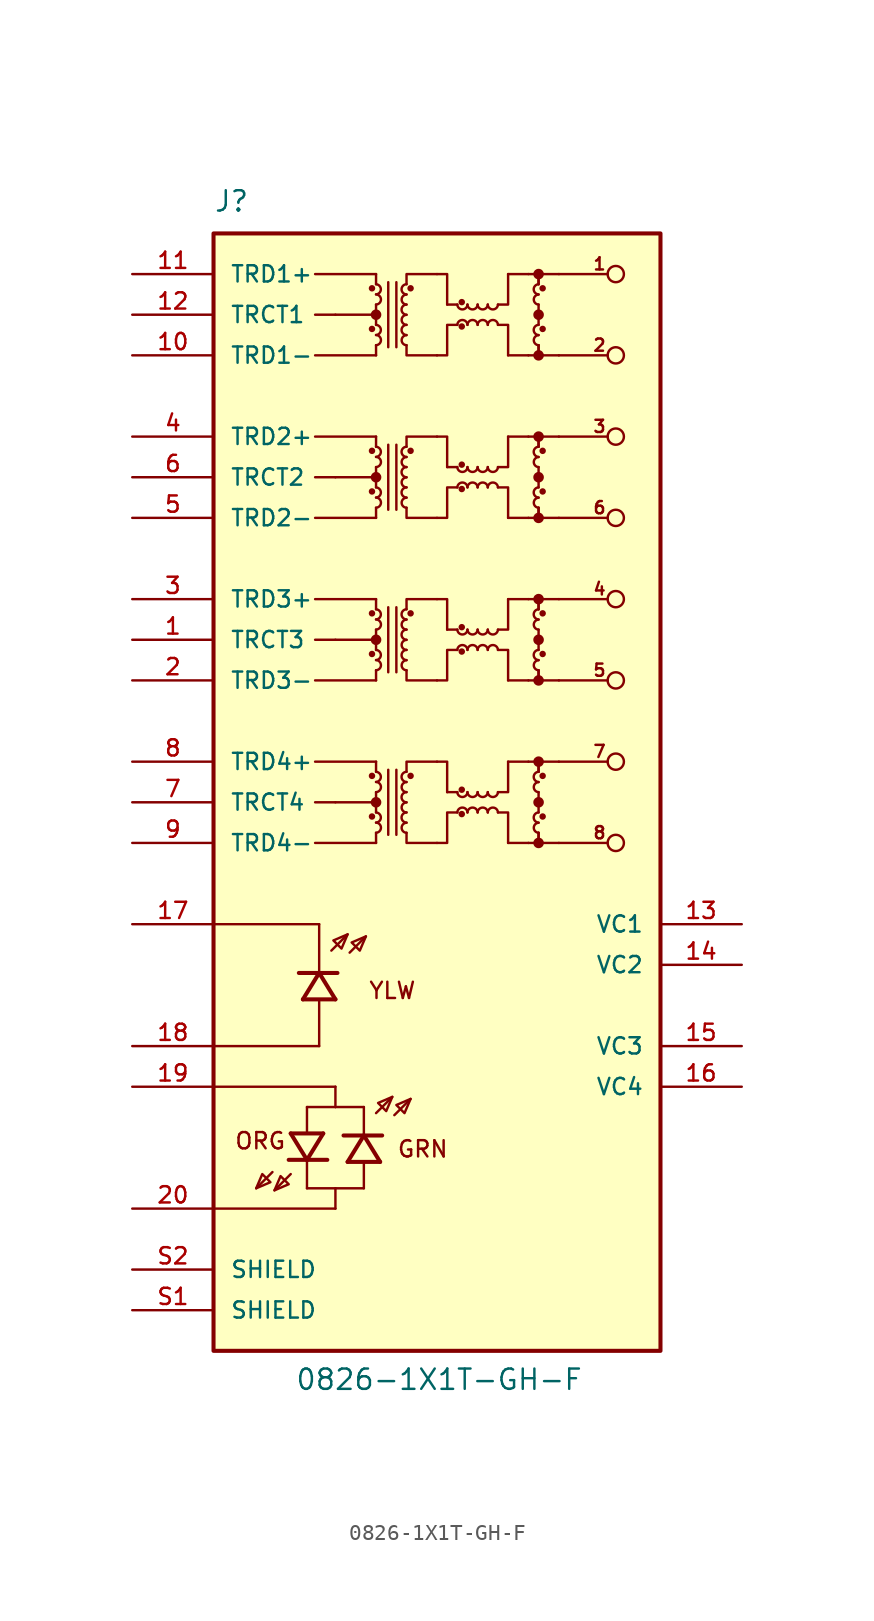
<source format=kicad_sym>
(kicad_symbol_lib
  (version 20211014)
  (generator kicad_symbol_editor)
  (symbol "0826-1X1T-GH-F"
    (pin_names
      (offset 1.016))
    (property "Reference" "J"
      (at -12.7 34.29 0)
      (effects (font (size 1.27 1.27)) (justify left bottom)))
    (property "Value" "0826-1X1T-GH-F"
      (at -7.62 -39.37 0)
      (effects (font (size 1.27 1.27)) (justify left bottom)))
    (property "ki_locked" ""
      (at 0 0 0)
      (effects (font (size 1.27 1.27))))
    (symbol "0826-1X1T-GH-F_0_0"
      (rectangle (start -12.7 33.02) (end 15.24 -36.83) (stroke (width 0.254) (type default) (color 0 0 0 0)) (fill (type background)))
      (polyline (pts (xy -9.017 -25.654) (xy -10.033 -26.67)) (stroke (width 0.152) (type default) (color 0 0 0 0)) (fill (type none)))
      (polyline (pts (xy -8.001 -24.892) (xy -6.858 -24.892)) (stroke (width 0.254) (type default) (color 0 0 0 0)) (fill (type none)))
      (polyline (pts (xy -7.874 -25.781) (xy -8.89 -26.797)) (stroke (width 0.152) (type default) (color 0 0 0 0)) (fill (type none)))
      (polyline (pts (xy -7.874 -23.241) (xy -6.858 -24.892)) (stroke (width 0.254) (type default) (color 0 0 0 0)) (fill (type none)))
      (polyline (pts (xy -7.874 -23.241) (xy -5.842 -23.241)) (stroke (width 0.254) (type default) (color 0 0 0 0)) (fill (type none)))
      (polyline (pts (xy -6.858 -26.67) (xy -5.08 -26.67)) (stroke (width 0.152) (type default) (color 0 0 0 0)) (fill (type none)))
      (polyline (pts (xy -6.858 -25.019) (xy -6.858 -26.67)) (stroke (width 0.152) (type default) (color 0 0 0 0)) (fill (type none)))
      (polyline (pts (xy -6.858 -24.892) (xy -5.842 -23.241)) (stroke (width 0.254) (type default) (color 0 0 0 0)) (fill (type none)))
      (polyline (pts (xy -6.858 -24.892) (xy -5.588 -24.892)) (stroke (width 0.254) (type default) (color 0 0 0 0)) (fill (type none)))
      (polyline (pts (xy -6.858 -21.59) (xy -6.858 -23.114)) (stroke (width 0.152) (type default) (color 0 0 0 0)) (fill (type none)))
      (polyline (pts (xy -6.858 -21.59) (xy -5.08 -21.59)) (stroke (width 0.152) (type default) (color 0 0 0 0)) (fill (type none)))
      (polyline (pts (xy -6.096 -17.78) (xy -12.7 -17.78)) (stroke (width 0.152) (type default) (color 0 0 0 0)) (fill (type none)))
      (polyline (pts (xy -6.096 -17.78) (xy -6.096 -14.986)) (stroke (width 0.152) (type default) (color 0 0 0 0)) (fill (type none)))
      (polyline (pts (xy -6.096 -13.208) (xy -7.366 -13.208)) (stroke (width 0.254) (type default) (color 0 0 0 0)) (fill (type none)))
      (polyline (pts (xy -6.096 -13.208) (xy -7.112 -14.859)) (stroke (width 0.254) (type default) (color 0 0 0 0)) (fill (type none)))
      (polyline (pts (xy -6.096 -13.081) (xy -6.096 -10.16)) (stroke (width 0.152) (type default) (color 0 0 0 0)) (fill (type none)))
      (polyline (pts (xy -6.096 -10.16) (xy -12.7 -10.16)) (stroke (width 0.152) (type default) (color 0 0 0 0)) (fill (type none)))
      (polyline (pts (xy -5.334 -11.811) (xy -4.318 -10.795)) (stroke (width 0.152) (type default) (color 0 0 0 0)) (fill (type none)))
      (polyline (pts (xy -5.08 -27.94) (xy -12.7 -27.94)) (stroke (width 0.152) (type default) (color 0 0 0 0)) (fill (type none)))
      (polyline (pts (xy -5.08 -26.67) (xy -5.08 -27.94)) (stroke (width 0.152) (type default) (color 0 0 0 0)) (fill (type none)))
      (polyline (pts (xy -5.08 -26.67) (xy -3.302 -26.67)) (stroke (width 0.152) (type default) (color 0 0 0 0)) (fill (type none)))
      (polyline (pts (xy -5.08 -21.59) (xy -5.08 -20.32)) (stroke (width 0.152) (type default) (color 0 0 0 0)) (fill (type none)))
      (polyline (pts (xy -5.08 -21.59) (xy -3.302 -21.59)) (stroke (width 0.152) (type default) (color 0 0 0 0)) (fill (type none)))
      (polyline (pts (xy -5.08 -20.32) (xy -12.7 -20.32)) (stroke (width 0.152) (type default) (color 0 0 0 0)) (fill (type none)))
      (polyline (pts (xy -5.08 -14.859) (xy -7.112 -14.859)) (stroke (width 0.254) (type default) (color 0 0 0 0)) (fill (type none)))
      (polyline (pts (xy -5.08 -14.859) (xy -6.096 -13.208)) (stroke (width 0.254) (type default) (color 0 0 0 0)) (fill (type none)))
      (polyline (pts (xy -4.953 -13.208) (xy -6.096 -13.208)) (stroke (width 0.254) (type default) (color 0 0 0 0)) (fill (type none)))
      (polyline (pts (xy -4.191 -11.938) (xy -3.175 -10.922)) (stroke (width 0.152) (type default) (color 0 0 0 0)) (fill (type none)))
      (polyline (pts (xy -3.302 -26.67) (xy -3.302 -25.146)) (stroke (width 0.152) (type default) (color 0 0 0 0)) (fill (type none)))
      (polyline (pts (xy -3.302 -23.368) (xy -4.572 -23.368)) (stroke (width 0.254) (type default) (color 0 0 0 0)) (fill (type none)))
      (polyline (pts (xy -3.302 -23.368) (xy -4.318 -25.019)) (stroke (width 0.254) (type default) (color 0 0 0 0)) (fill (type none)))
      (polyline (pts (xy -3.302 -23.241) (xy -3.302 -21.59)) (stroke (width 0.152) (type default) (color 0 0 0 0)) (fill (type none)))
      (polyline (pts (xy -2.54 -21.971) (xy -1.524 -20.955)) (stroke (width 0.152) (type default) (color 0 0 0 0)) (fill (type none)))
      (polyline (pts (xy -2.286 -25.019) (xy -4.318 -25.019)) (stroke (width 0.254) (type default) (color 0 0 0 0)) (fill (type none)))
      (polyline (pts (xy -2.286 -25.019) (xy -3.302 -23.368)) (stroke (width 0.254) (type default) (color 0 0 0 0)) (fill (type none)))
      (polyline (pts (xy -2.159 -23.368) (xy -3.302 -23.368)) (stroke (width 0.254) (type default) (color 0 0 0 0)) (fill (type none)))
      (polyline (pts (xy -1.397 -22.098) (xy -0.381 -21.082)) (stroke (width 0.152) (type default) (color 0 0 0 0)) (fill (type none)))
      (polyline (pts (xy -10.033 -26.67) (xy -9.144 -26.289) (xy -9.652 -25.781) (xy -10.033 -26.67)) (stroke (width 0.152) (type default) (color 0 0 0 0)) (fill (type background)))
      (polyline (pts (xy -8.89 -26.797) (xy -8.001 -26.416) (xy -8.509 -25.908) (xy -8.89 -26.797)) (stroke (width 0.152) (type default) (color 0 0 0 0)) (fill (type background)))
      (polyline (pts (xy -4.318 -10.795) (xy -5.207 -11.176) (xy -4.699 -11.684) (xy -4.318 -10.795)) (stroke (width 0.152) (type default) (color 0 0 0 0)) (fill (type background)))
      (polyline (pts (xy -3.175 -10.922) (xy -4.064 -11.303) (xy -3.556 -11.811) (xy -3.175 -10.922)) (stroke (width 0.152) (type default) (color 0 0 0 0)) (fill (type background)))
      (polyline (pts (xy -1.524 -20.955) (xy -2.413 -21.336) (xy -1.905 -21.844) (xy -1.524 -20.955)) (stroke (width 0.152) (type default) (color 0 0 0 0)) (fill (type background)))
      (polyline (pts (xy -0.381 -21.082) (xy -1.27 -21.463) (xy -0.762 -21.971) (xy -0.381 -21.082)) (stroke (width 0.152) (type default) (color 0 0 0 0)) (fill (type background)))
      (text "1" (at 11.43 31.115 0) (effects (font (size 0.762 0.762))))
      (text "2" (at 11.43 26.035 0) (effects (font (size 0.762 0.762))))
      (text "3" (at 11.43 20.955 0) (effects (font (size 0.762 0.762))))
      (text "4" (at 11.43 10.795 0) (effects (font (size 0.762 0.762))))
      (text "5" (at 11.43 5.715 0) (effects (font (size 0.762 0.762))))
      (text "6" (at 11.43 15.875 0) (effects (font (size 0.762 0.762))))
      (text "7" (at 11.43 0.635 0) (effects (font (size 0.762 0.762))))
      (text "8" (at 11.43 -4.445 0) (effects (font (size 0.762 0.762))))
      (text "GRN" (at -1.27 -23.622 0) (effects (font (size 1.016 1.016)) (justify left top)))
      (text "ORG" (at -11.43 -23.114 0) (effects (font (size 1.016 1.016)) (justify left top)))
      (text "YLW" (at -3.048 -13.716 0) (effects (font (size 1.016 1.016)) (justify left top)))
      (pin passive line (at -17.78 7.62 0) (length 5.08) (name "TRCT3" (effects (font (size 1.016 1.016)))) (number "1" (effects (font (size 1.016 1.016)))))
      (pin passive line (at -17.78 25.4 0) (length 5.08) (name "TRD1-" (effects (font (size 1.016 1.016)))) (number "10" (effects (font (size 1.016 1.016)))))
      (pin passive line (at -17.78 30.48 0) (length 5.08) (name "TRD1+" (effects (font (size 1.016 1.016)))) (number "11" (effects (font (size 1.016 1.016)))))
      (pin passive line (at -17.78 27.94 0) (length 5.08) (name "TRCT1" (effects (font (size 1.016 1.016)))) (number "12" (effects (font (size 1.016 1.016)))))
      (pin passive line (at 20.32 -10.16 180) (length 5.08) (name "VC1" (effects (font (size 1.016 1.016)))) (number "13" (effects (font (size 1.016 1.016)))))
      (pin passive line (at 20.32 -12.7 180) (length 5.08) (name "VC2" (effects (font (size 1.016 1.016)))) (number "14" (effects (font (size 1.016 1.016)))))
      (pin passive line (at 20.32 -17.78 180) (length 5.08) (name "VC3" (effects (font (size 1.016 1.016)))) (number "15" (effects (font (size 1.016 1.016)))))
      (pin passive line (at 20.32 -20.32 180) (length 5.08) (name "VC4" (effects (font (size 1.016 1.016)))) (number "16" (effects (font (size 1.016 1.016)))))
      (pin passive line (at -17.78 -10.16 0) (length 5.08) (name "~" (effects (font (size 1.016 1.016)))) (number "17" (effects (font (size 1.016 1.016)))))
      (pin passive line (at -17.78 -17.78 0) (length 5.08) (name "~" (effects (font (size 1.016 1.016)))) (number "18" (effects (font (size 1.016 1.016)))))
      (pin passive line (at -17.78 -20.32 0) (length 5.08) (name "~" (effects (font (size 1.016 1.016)))) (number "19" (effects (font (size 1.016 1.016)))))
      (pin passive line (at -17.78 5.08 0) (length 5.08) (name "TRD3-" (effects (font (size 1.016 1.016)))) (number "2" (effects (font (size 1.016 1.016)))))
      (pin passive line (at -17.78 -27.94 0) (length 5.08) (name "~" (effects (font (size 1.016 1.016)))) (number "20" (effects (font (size 1.016 1.016)))))
      (pin passive line (at -17.78 10.16 0) (length 5.08) (name "TRD3+" (effects (font (size 1.016 1.016)))) (number "3" (effects (font (size 1.016 1.016)))))
      (pin passive line (at -17.78 20.32 0) (length 5.08) (name "TRD2+" (effects (font (size 1.016 1.016)))) (number "4" (effects (font (size 1.016 1.016)))))
      (pin passive line (at -17.78 15.24 0) (length 5.08) (name "TRD2-" (effects (font (size 1.016 1.016)))) (number "5" (effects (font (size 1.016 1.016)))))
      (pin passive line (at -17.78 17.78 0) (length 5.08) (name "TRCT2" (effects (font (size 1.016 1.016)))) (number "6" (effects (font (size 1.016 1.016)))))
      (pin passive line (at -17.78 -2.54 0) (length 5.08) (name "TRCT4" (effects (font (size 1.016 1.016)))) (number "7" (effects (font (size 1.016 1.016)))))
      (pin passive line (at -17.78 0 0) (length 5.08) (name "TRD4+" (effects (font (size 1.016 1.016)))) (number "8" (effects (font (size 1.016 1.016)))))
      (pin passive line (at -17.78 -5.08 0) (length 5.08) (name "TRD4-" (effects (font (size 1.016 1.016)))) (number "9" (effects (font (size 1.016 1.016)))))
      (pin passive line (at -17.78 -34.29 0) (length 5.08) (name "SHIELD" (effects (font (size 1.016 1.016)))) (number "S1" (effects (font (size 1.016 1.016)))))
      (pin passive line (at -17.78 -31.75 0) (length 5.08) (name "SHIELD" (effects (font (size 1.016 1.016)))) (number "S2" (effects (font (size 1.016 1.016))))))
    (symbol "0826-1X1T-GH-F_0_1"
      (circle (center -2.794 -3.429) (radius 0.127) (stroke (width 0) (type default) (color 0 0 0 0)) (fill (type outline)))
      (circle (center -2.794 -0.889) (radius 0.127) (stroke (width 0) (type default) (color 0 0 0 0)) (fill (type outline)))
      (circle (center -2.794 6.731) (radius 0.127) (stroke (width 0) (type default) (color 0 0 0 0)) (fill (type outline)))
      (circle (center -2.794 9.271) (radius 0.127) (stroke (width 0) (type default) (color 0 0 0 0)) (fill (type outline)))
      (circle (center -2.794 16.891) (radius 0.127) (stroke (width 0) (type default) (color 0 0 0 0)) (fill (type outline)))
      (circle (center -2.794 19.431) (radius 0.127) (stroke (width 0) (type default) (color 0 0 0 0)) (fill (type outline)))
      (circle (center -2.794 27.051) (radius 0.127) (stroke (width 0) (type default) (color 0 0 0 0)) (fill (type outline)))
      (circle (center -2.794 29.591) (radius 0.127) (stroke (width 0) (type default) (color 0 0 0 0)) (fill (type outline)))
      (arc (start -2.54 -4.445) (mid -2.2349 -4.1275) (end -2.54 -3.81) (stroke (width 0) (type default) (color 0 0 0 0)) (fill (type none)))
      (arc (start -2.54 -3.81) (mid -2.2349 -3.4925) (end -2.54 -3.175) (stroke (width 0) (type default) (color 0 0 0 0)) (fill (type none)))
      (circle (center -2.54 -2.54) (radius 0.254) (stroke (width 0) (type default) (color 0 0 0 0)) (fill (type outline)))
      (arc (start -2.54 -1.905) (mid -2.2349 -1.5875) (end -2.54 -1.27) (stroke (width 0) (type default) (color 0 0 0 0)) (fill (type none)))
      (arc (start -2.54 -1.27) (mid -2.2349 -0.9525) (end -2.54 -0.635) (stroke (width 0) (type default) (color 0 0 0 0)) (fill (type none)))
      (arc (start -2.54 5.715) (mid -2.2349 6.0325) (end -2.54 6.35) (stroke (width 0) (type default) (color 0 0 0 0)) (fill (type none)))
      (arc (start -2.54 6.35) (mid -2.2349 6.6675) (end -2.54 6.985) (stroke (width 0) (type default) (color 0 0 0 0)) (fill (type none)))
      (circle (center -2.54 7.62) (radius 0.254) (stroke (width 0) (type default) (color 0 0 0 0)) (fill (type outline)))
      (arc (start -2.54 8.255) (mid -2.2349 8.5725) (end -2.54 8.89) (stroke (width 0) (type default) (color 0 0 0 0)) (fill (type none)))
      (arc (start -2.54 8.89) (mid -2.2349 9.2075) (end -2.54 9.525) (stroke (width 0) (type default) (color 0 0 0 0)) (fill (type none)))
      (arc (start -2.54 15.875) (mid -2.2349 16.1925) (end -2.54 16.51) (stroke (width 0) (type default) (color 0 0 0 0)) (fill (type none)))
      (arc (start -2.54 16.51) (mid -2.2349 16.8275) (end -2.54 17.145) (stroke (width 0) (type default) (color 0 0 0 0)) (fill (type none)))
      (circle (center -2.54 17.78) (radius 0.254) (stroke (width 0) (type default) (color 0 0 0 0)) (fill (type outline)))
      (arc (start -2.54 18.415) (mid -2.2349 18.7325) (end -2.54 19.05) (stroke (width 0) (type default) (color 0 0 0 0)) (fill (type none)))
      (arc (start -2.54 19.05) (mid -2.2349 19.3675) (end -2.54 19.685) (stroke (width 0) (type default) (color 0 0 0 0)) (fill (type none)))
      (arc (start -2.54 26.035) (mid -2.2349 26.3525) (end -2.54 26.67) (stroke (width 0) (type default) (color 0 0 0 0)) (fill (type none)))
      (arc (start -2.54 26.67) (mid -2.2349 26.9875) (end -2.54 27.305) (stroke (width 0) (type default) (color 0 0 0 0)) (fill (type none)))
      (circle (center -2.54 27.94) (radius 0.254) (stroke (width 0) (type default) (color 0 0 0 0)) (fill (type outline)))
      (arc (start -2.54 28.575) (mid -2.2349 28.8925) (end -2.54 29.21) (stroke (width 0) (type default) (color 0 0 0 0)) (fill (type none)))
      (arc (start -2.54 29.21) (mid -2.2349 29.5275) (end -2.54 29.845) (stroke (width 0) (type default) (color 0 0 0 0)) (fill (type none)))
      (arc (start -0.635 -3.81) (mid -0.9401 -4.1275) (end -0.635 -4.445) (stroke (width 0) (type default) (color 0 0 0 0)) (fill (type none)))
      (arc (start -0.635 -3.175) (mid -0.9401 -3.4925) (end -0.635 -3.81) (stroke (width 0) (type default) (color 0 0 0 0)) (fill (type none)))
      (arc (start -0.635 -2.54) (mid -0.9401 -2.8575) (end -0.635 -3.175) (stroke (width 0) (type default) (color 0 0 0 0)) (fill (type none)))
      (arc (start -0.635 -1.905) (mid -0.9401 -2.2225) (end -0.635 -2.54) (stroke (width 0) (type default) (color 0 0 0 0)) (fill (type none)))
      (arc (start -0.635 -1.27) (mid -0.9401 -1.5875) (end -0.635 -1.905) (stroke (width 0) (type default) (color 0 0 0 0)) (fill (type none)))
      (arc (start -0.635 -0.635) (mid -0.9401 -0.9525) (end -0.635 -1.27) (stroke (width 0) (type default) (color 0 0 0 0)) (fill (type none)))
      (arc (start -0.635 6.35) (mid -0.9401 6.0325) (end -0.635 5.715) (stroke (width 0) (type default) (color 0 0 0 0)) (fill (type none)))
      (arc (start -0.635 6.985) (mid -0.9401 6.6675) (end -0.635 6.35) (stroke (width 0) (type default) (color 0 0 0 0)) (fill (type none)))
      (arc (start -0.635 7.62) (mid -0.9401 7.3025) (end -0.635 6.985) (stroke (width 0) (type default) (color 0 0 0 0)) (fill (type none)))
      (arc (start -0.635 8.255) (mid -0.9401 7.9375) (end -0.635 7.62) (stroke (width 0) (type default) (color 0 0 0 0)) (fill (type none)))
      (arc (start -0.635 8.89) (mid -0.9401 8.5725) (end -0.635 8.255) (stroke (width 0) (type default) (color 0 0 0 0)) (fill (type none)))
      (arc (start -0.635 9.525) (mid -0.9401 9.2075) (end -0.635 8.89) (stroke (width 0) (type default) (color 0 0 0 0)) (fill (type none)))
      (arc (start -0.635 16.51) (mid -0.9401 16.1925) (end -0.635 15.875) (stroke (width 0) (type default) (color 0 0 0 0)) (fill (type none)))
      (arc (start -0.635 17.145) (mid -0.9401 16.8275) (end -0.635 16.51) (stroke (width 0) (type default) (color 0 0 0 0)) (fill (type none)))
      (arc (start -0.635 17.78) (mid -0.9401 17.4625) (end -0.635 17.145) (stroke (width 0) (type default) (color 0 0 0 0)) (fill (type none)))
      (arc (start -0.635 18.415) (mid -0.9401 18.0975) (end -0.635 17.78) (stroke (width 0) (type default) (color 0 0 0 0)) (fill (type none)))
      (arc (start -0.635 19.05) (mid -0.9401 18.7325) (end -0.635 18.415) (stroke (width 0) (type default) (color 0 0 0 0)) (fill (type none)))
      (arc (start -0.635 19.685) (mid -0.9401 19.3675) (end -0.635 19.05) (stroke (width 0) (type default) (color 0 0 0 0)) (fill (type none)))
      (arc (start -0.635 26.67) (mid -0.9401 26.3525) (end -0.635 26.035) (stroke (width 0) (type default) (color 0 0 0 0)) (fill (type none)))
      (arc (start -0.635 27.305) (mid -0.9401 26.9875) (end -0.635 26.67) (stroke (width 0) (type default) (color 0 0 0 0)) (fill (type none)))
      (arc (start -0.635 27.94) (mid -0.9401 27.6225) (end -0.635 27.305) (stroke (width 0) (type default) (color 0 0 0 0)) (fill (type none)))
      (arc (start -0.635 28.575) (mid -0.9401 28.2575) (end -0.635 27.94) (stroke (width 0) (type default) (color 0 0 0 0)) (fill (type none)))
      (arc (start -0.635 29.21) (mid -0.9401 28.8925) (end -0.635 28.575) (stroke (width 0) (type default) (color 0 0 0 0)) (fill (type none)))
      (arc (start -0.635 29.845) (mid -0.9401 29.5275) (end -0.635 29.21) (stroke (width 0) (type default) (color 0 0 0 0)) (fill (type none)))
      (circle (center -0.381 -0.889) (radius 0.127) (stroke (width 0) (type default) (color 0 0 0 0)) (fill (type outline)))
      (circle (center -0.381 9.271) (radius 0.127) (stroke (width 0) (type default) (color 0 0 0 0)) (fill (type outline)))
      (circle (center -0.381 19.431) (radius 0.127) (stroke (width 0) (type default) (color 0 0 0 0)) (fill (type outline)))
      (circle (center -0.381 29.591) (radius 0.127) (stroke (width 0) (type default) (color 0 0 0 0)) (fill (type outline)))
      (polyline (pts (xy -6.35 -5.08) (xy -2.54 -5.08)) (stroke (width 0) (type default) (color 0 0 0 0)) (fill (type none)))
      (polyline (pts (xy -6.35 -2.54) (xy -5.08 -2.54)) (stroke (width 0) (type default) (color 0 0 0 0)) (fill (type none)))
      (polyline (pts (xy -6.35 0) (xy -2.54 0)) (stroke (width 0) (type default) (color 0 0 0 0)) (fill (type none)))
      (polyline (pts (xy -6.35 5.08) (xy -2.54 5.08)) (stroke (width 0) (type default) (color 0 0 0 0)) (fill (type none)))
      (polyline (pts (xy -6.35 7.62) (xy -5.08 7.62)) (stroke (width 0) (type default) (color 0 0 0 0)) (fill (type none)))
      (polyline (pts (xy -6.35 10.16) (xy -2.54 10.16)) (stroke (width 0) (type default) (color 0 0 0 0)) (fill (type none)))
      (polyline (pts (xy -6.35 15.24) (xy -2.54 15.24)) (stroke (width 0) (type default) (color 0 0 0 0)) (fill (type none)))
      (polyline (pts (xy -6.35 17.78) (xy -5.08 17.78)) (stroke (width 0) (type default) (color 0 0 0 0)) (fill (type none)))
      (polyline (pts (xy -6.35 20.32) (xy -2.54 20.32)) (stroke (width 0) (type default) (color 0 0 0 0)) (fill (type none)))
      (polyline (pts (xy -6.35 25.4) (xy -2.54 25.4)) (stroke (width 0) (type default) (color 0 0 0 0)) (fill (type none)))
      (polyline (pts (xy -6.35 27.94) (xy -5.08 27.94)) (stroke (width 0) (type default) (color 0 0 0 0)) (fill (type none)))
      (polyline (pts (xy -6.35 30.48) (xy -2.54 30.48)) (stroke (width 0) (type default) (color 0 0 0 0)) (fill (type none)))
      (polyline (pts (xy -5.08 -2.54) (xy -2.54 -2.54)) (stroke (width 0) (type default) (color 0 0 0 0)) (fill (type none)))
      (polyline (pts (xy -5.08 7.62) (xy -2.54 7.62)) (stroke (width 0) (type default) (color 0 0 0 0)) (fill (type none)))
      (polyline (pts (xy -5.08 17.78) (xy -2.54 17.78)) (stroke (width 0) (type default) (color 0 0 0 0)) (fill (type none)))
      (polyline (pts (xy -5.08 27.94) (xy -2.54 27.94)) (stroke (width 0) (type default) (color 0 0 0 0)) (fill (type none)))
      (polyline (pts (xy -2.54 -5.08) (xy -2.54 -4.445)) (stroke (width 0) (type default) (color 0 0 0 0)) (fill (type none)))
      (polyline (pts (xy -2.54 -2.54) (xy -2.54 -3.175)) (stroke (width 0) (type default) (color 0 0 0 0)) (fill (type none)))
      (polyline (pts (xy -2.54 -2.54) (xy -2.54 -1.905)) (stroke (width 0) (type default) (color 0 0 0 0)) (fill (type none)))
      (polyline (pts (xy -2.54 0) (xy -2.54 -0.635)) (stroke (width 0) (type default) (color 0 0 0 0)) (fill (type none)))
      (polyline (pts (xy -2.54 5.08) (xy -2.54 5.715)) (stroke (width 0) (type default) (color 0 0 0 0)) (fill (type none)))
      (polyline (pts (xy -2.54 7.62) (xy -2.54 6.985)) (stroke (width 0) (type default) (color 0 0 0 0)) (fill (type none)))
      (polyline (pts (xy -2.54 7.62) (xy -2.54 8.255)) (stroke (width 0) (type default) (color 0 0 0 0)) (fill (type none)))
      (polyline (pts (xy -2.54 10.16) (xy -2.54 9.525)) (stroke (width 0) (type default) (color 0 0 0 0)) (fill (type none)))
      (polyline (pts (xy -2.54 15.24) (xy -2.54 15.875)) (stroke (width 0) (type default) (color 0 0 0 0)) (fill (type none)))
      (polyline (pts (xy -2.54 17.78) (xy -2.54 17.145)) (stroke (width 0) (type default) (color 0 0 0 0)) (fill (type none)))
      (polyline (pts (xy -2.54 17.78) (xy -2.54 18.415)) (stroke (width 0) (type default) (color 0 0 0 0)) (fill (type none)))
      (polyline (pts (xy -2.54 20.32) (xy -2.54 19.685)) (stroke (width 0) (type default) (color 0 0 0 0)) (fill (type none)))
      (polyline (pts (xy -2.54 25.4) (xy -2.54 26.035)) (stroke (width 0) (type default) (color 0 0 0 0)) (fill (type none)))
      (polyline (pts (xy -2.54 27.94) (xy -2.54 27.305)) (stroke (width 0) (type default) (color 0 0 0 0)) (fill (type none)))
      (polyline (pts (xy -2.54 27.94) (xy -2.54 28.575)) (stroke (width 0) (type default) (color 0 0 0 0)) (fill (type none)))
      (polyline (pts (xy -2.54 30.48) (xy -2.54 29.845)) (stroke (width 0) (type default) (color 0 0 0 0)) (fill (type none)))
      (polyline (pts (xy -1.778 -4.572) (xy -1.778 -0.508)) (stroke (width 0) (type default) (color 0 0 0 0)) (fill (type none)))
      (polyline (pts (xy -1.778 5.588) (xy -1.778 9.652)) (stroke (width 0) (type default) (color 0 0 0 0)) (fill (type none)))
      (polyline (pts (xy -1.778 15.748) (xy -1.778 19.812)) (stroke (width 0) (type default) (color 0 0 0 0)) (fill (type none)))
      (polyline (pts (xy -1.778 25.908) (xy -1.778 29.972)) (stroke (width 0) (type default) (color 0 0 0 0)) (fill (type none)))
      (polyline (pts (xy -1.27 -4.572) (xy -1.27 -0.508)) (stroke (width 0) (type default) (color 0 0 0 0)) (fill (type none)))
      (polyline (pts (xy -1.27 5.588) (xy -1.27 9.652)) (stroke (width 0) (type default) (color 0 0 0 0)) (fill (type none)))
      (polyline (pts (xy -1.27 15.748) (xy -1.27 19.812)) (stroke (width 0) (type default) (color 0 0 0 0)) (fill (type none)))
      (polyline (pts (xy -1.27 25.908) (xy -1.27 29.972)) (stroke (width 0) (type default) (color 0 0 0 0)) (fill (type none)))
      (polyline (pts (xy 1.905 -1.905) (xy 2.54 -1.905)) (stroke (width 0) (type default) (color 0 0 0 0)) (fill (type none)))
      (polyline (pts (xy 1.905 8.255) (xy 2.54 8.255)) (stroke (width 0) (type default) (color 0 0 0 0)) (fill (type none)))
      (polyline (pts (xy 1.905 18.415) (xy 2.54 18.415)) (stroke (width 0) (type default) (color 0 0 0 0)) (fill (type none)))
      (polyline (pts (xy 1.905 28.575) (xy 2.54 28.575)) (stroke (width 0) (type default) (color 0 0 0 0)) (fill (type none)))
      (polyline (pts (xy 5.715 -5.08) (xy 6.985 -5.08)) (stroke (width 0) (type default) (color 0 0 0 0)) (fill (type none)))
      (polyline (pts (xy 5.715 0) (xy 6.985 0)) (stroke (width 0) (type default) (color 0 0 0 0)) (fill (type none)))
      (polyline (pts (xy 5.715 5.08) (xy 6.985 5.08)) (stroke (width 0) (type default) (color 0 0 0 0)) (fill (type none)))
      (polyline (pts (xy 5.715 10.16) (xy 6.985 10.16)) (stroke (width 0) (type default) (color 0 0 0 0)) (fill (type none)))
      (polyline (pts (xy 5.715 15.24) (xy 6.985 15.24)) (stroke (width 0) (type default) (color 0 0 0 0)) (fill (type none)))
      (polyline (pts (xy 5.715 20.32) (xy 6.985 20.32)) (stroke (width 0) (type default) (color 0 0 0 0)) (fill (type none)))
      (polyline (pts (xy 5.715 25.4) (xy 6.985 25.4)) (stroke (width 0) (type default) (color 0 0 0 0)) (fill (type none)))
      (polyline (pts (xy 5.715 30.48) (xy 6.985 30.48)) (stroke (width 0) (type default) (color 0 0 0 0)) (fill (type none)))
      (polyline (pts (xy 7.62 -5.08) (xy 7.62 -4.445)) (stroke (width 0) (type default) (color 0 0 0 0)) (fill (type none)))
      (polyline (pts (xy 7.62 -2.54) (xy 7.62 -3.175)) (stroke (width 0) (type default) (color 0 0 0 0)) (fill (type none)))
      (polyline (pts (xy 7.62 -2.54) (xy 7.62 -1.905)) (stroke (width 0) (type default) (color 0 0 0 0)) (fill (type none)))
      (polyline (pts (xy 7.62 0) (xy 7.62 -0.635)) (stroke (width 0) (type default) (color 0 0 0 0)) (fill (type none)))
      (polyline (pts (xy 7.62 5.08) (xy 7.62 5.715)) (stroke (width 0) (type default) (color 0 0 0 0)) (fill (type none)))
      (polyline (pts (xy 7.62 7.62) (xy 7.62 6.985)) (stroke (width 0) (type default) (color 0 0 0 0)) (fill (type none)))
      (polyline (pts (xy 7.62 7.62) (xy 7.62 8.255)) (stroke (width 0) (type default) (color 0 0 0 0)) (fill (type none)))
      (polyline (pts (xy 7.62 10.16) (xy 7.62 9.525)) (stroke (width 0) (type default) (color 0 0 0 0)) (fill (type none)))
      (polyline (pts (xy 7.62 15.24) (xy 7.62 15.875)) (stroke (width 0) (type default) (color 0 0 0 0)) (fill (type none)))
      (polyline (pts (xy 7.62 17.78) (xy 7.62 17.145)) (stroke (width 0) (type default) (color 0 0 0 0)) (fill (type none)))
      (polyline (pts (xy 7.62 17.78) (xy 7.62 18.415)) (stroke (width 0) (type default) (color 0 0 0 0)) (fill (type none)))
      (polyline (pts (xy 7.62 20.32) (xy 7.62 19.685)) (stroke (width 0) (type default) (color 0 0 0 0)) (fill (type none)))
      (polyline (pts (xy 7.62 25.4) (xy 7.62 26.035)) (stroke (width 0) (type default) (color 0 0 0 0)) (fill (type none)))
      (polyline (pts (xy 7.62 27.94) (xy 7.62 27.305)) (stroke (width 0) (type default) (color 0 0 0 0)) (fill (type none)))
      (polyline (pts (xy 7.62 27.94) (xy 7.62 28.575)) (stroke (width 0) (type default) (color 0 0 0 0)) (fill (type none)))
      (polyline (pts (xy 7.62 30.48) (xy 7.62 29.845)) (stroke (width 0) (type default) (color 0 0 0 0)) (fill (type none)))
      (polyline (pts (xy 8.89 -5.08) (xy 7.62 -5.08)) (stroke (width 0) (type default) (color 0 0 0 0)) (fill (type none)))
      (polyline (pts (xy 8.89 -5.08) (xy 11.938 -5.08)) (stroke (width 0) (type default) (color 0 0 0 0)) (fill (type none)))
      (polyline (pts (xy 8.89 0) (xy 7.62 0)) (stroke (width 0) (type default) (color 0 0 0 0)) (fill (type none)))
      (polyline (pts (xy 8.89 0) (xy 11.938 0)) (stroke (width 0) (type default) (color 0 0 0 0)) (fill (type none)))
      (polyline (pts (xy 8.89 5.08) (xy 7.62 5.08)) (stroke (width 0) (type default) (color 0 0 0 0)) (fill (type none)))
      (polyline (pts (xy 8.89 5.08) (xy 11.938 5.08)) (stroke (width 0) (type default) (color 0 0 0 0)) (fill (type none)))
      (polyline (pts (xy 8.89 10.16) (xy 7.62 10.16)) (stroke (width 0) (type default) (color 0 0 0 0)) (fill (type none)))
      (polyline (pts (xy 8.89 10.16) (xy 11.938 10.16)) (stroke (width 0) (type default) (color 0 0 0 0)) (fill (type none)))
      (polyline (pts (xy 8.89 15.24) (xy 7.62 15.24)) (stroke (width 0) (type default) (color 0 0 0 0)) (fill (type none)))
      (polyline (pts (xy 8.89 15.24) (xy 11.938 15.24)) (stroke (width 0) (type default) (color 0 0 0 0)) (fill (type none)))
      (polyline (pts (xy 8.89 20.32) (xy 7.62 20.32)) (stroke (width 0) (type default) (color 0 0 0 0)) (fill (type none)))
      (polyline (pts (xy 8.89 20.32) (xy 11.938 20.32)) (stroke (width 0) (type default) (color 0 0 0 0)) (fill (type none)))
      (polyline (pts (xy 8.89 25.4) (xy 7.62 25.4)) (stroke (width 0) (type default) (color 0 0 0 0)) (fill (type none)))
      (polyline (pts (xy 8.89 25.4) (xy 11.938 25.4)) (stroke (width 0) (type default) (color 0 0 0 0)) (fill (type none)))
      (polyline (pts (xy 8.89 30.48) (xy 7.62 30.48)) (stroke (width 0) (type default) (color 0 0 0 0)) (fill (type none)))
      (polyline (pts (xy 8.89 30.48) (xy 11.938 30.48)) (stroke (width 0) (type default) (color 0 0 0 0)) (fill (type none)))
      (polyline (pts (xy -0.635 -4.445) (xy -0.635 -5.08) (xy 1.27 -5.08)) (stroke (width 0) (type default) (color 0 0 0 0)) (fill (type none)))
      (polyline (pts (xy -0.635 -0.635) (xy -0.635 0) (xy 1.27 0)) (stroke (width 0) (type default) (color 0 0 0 0)) (fill (type none)))
      (polyline (pts (xy -0.635 5.715) (xy -0.635 5.08) (xy 1.27 5.08)) (stroke (width 0) (type default) (color 0 0 0 0)) (fill (type none)))
      (polyline (pts (xy -0.635 9.525) (xy -0.635 10.16) (xy 1.27 10.16)) (stroke (width 0) (type default) (color 0 0 0 0)) (fill (type none)))
      (polyline (pts (xy -0.635 15.875) (xy -0.635 15.24) (xy 1.27 15.24)) (stroke (width 0) (type default) (color 0 0 0 0)) (fill (type none)))
      (polyline (pts (xy -0.635 19.685) (xy -0.635 20.32) (xy 1.27 20.32)) (stroke (width 0) (type default) (color 0 0 0 0)) (fill (type none)))
      (polyline (pts (xy -0.635 26.035) (xy -0.635 25.4) (xy 1.27 25.4)) (stroke (width 0) (type default) (color 0 0 0 0)) (fill (type none)))
      (polyline (pts (xy -0.635 29.845) (xy -0.635 30.48) (xy 1.27 30.48)) (stroke (width 0) (type default) (color 0 0 0 0)) (fill (type none)))
      (polyline (pts (xy 1.27 0) (xy 1.905 0) (xy 1.905 -1.905)) (stroke (width 0) (type default) (color 0 0 0 0)) (fill (type none)))
      (polyline (pts (xy 1.27 10.16) (xy 1.905 10.16) (xy 1.905 8.255)) (stroke (width 0) (type default) (color 0 0 0 0)) (fill (type none)))
      (polyline (pts (xy 1.27 20.32) (xy 1.905 20.32) (xy 1.905 18.415)) (stroke (width 0) (type default) (color 0 0 0 0)) (fill (type none)))
      (polyline (pts (xy 1.27 30.48) (xy 1.905 30.48) (xy 1.905 28.575)) (stroke (width 0) (type default) (color 0 0 0 0)) (fill (type none)))
      (polyline (pts (xy 5.08 -3.175) (xy 5.715 -3.175) (xy 5.715 -5.08)) (stroke (width 0) (type default) (color 0 0 0 0)) (fill (type none)))
      (polyline (pts (xy 5.08 -1.905) (xy 5.715 -1.905) (xy 5.715 0)) (stroke (width 0) (type default) (color 0 0 0 0)) (fill (type none)))
      (polyline (pts (xy 5.08 6.985) (xy 5.715 6.985) (xy 5.715 5.08)) (stroke (width 0) (type default) (color 0 0 0 0)) (fill (type none)))
      (polyline (pts (xy 5.08 8.255) (xy 5.715 8.255) (xy 5.715 10.16)) (stroke (width 0) (type default) (color 0 0 0 0)) (fill (type none)))
      (polyline (pts (xy 5.08 17.145) (xy 5.715 17.145) (xy 5.715 15.24)) (stroke (width 0) (type default) (color 0 0 0 0)) (fill (type none)))
      (polyline (pts (xy 5.08 18.415) (xy 5.715 18.415) (xy 5.715 20.32)) (stroke (width 0) (type default) (color 0 0 0 0)) (fill (type none)))
      (polyline (pts (xy 5.08 27.305) (xy 5.715 27.305) (xy 5.715 25.4)) (stroke (width 0) (type default) (color 0 0 0 0)) (fill (type none)))
      (polyline (pts (xy 5.08 28.575) (xy 5.715 28.575) (xy 5.715 30.48)) (stroke (width 0) (type default) (color 0 0 0 0)) (fill (type none)))
      (polyline (pts (xy 6.985 -5.08) (xy 7.62 -5.08) (xy 7.62 -4.445)) (stroke (width 0) (type default) (color 0 0 0 0)) (fill (type none)))
      (polyline (pts (xy 6.985 0) (xy 7.62 0) (xy 7.62 -0.635)) (stroke (width 0) (type default) (color 0 0 0 0)) (fill (type none)))
      (polyline (pts (xy 6.985 5.08) (xy 7.62 5.08) (xy 7.62 5.715)) (stroke (width 0) (type default) (color 0 0 0 0)) (fill (type none)))
      (polyline (pts (xy 6.985 10.16) (xy 7.62 10.16) (xy 7.62 9.525)) (stroke (width 0) (type default) (color 0 0 0 0)) (fill (type none)))
      (polyline (pts (xy 6.985 15.24) (xy 7.62 15.24) (xy 7.62 15.875)) (stroke (width 0) (type default) (color 0 0 0 0)) (fill (type none)))
      (polyline (pts (xy 6.985 20.32) (xy 7.62 20.32) (xy 7.62 19.685)) (stroke (width 0) (type default) (color 0 0 0 0)) (fill (type none)))
      (polyline (pts (xy 6.985 25.4) (xy 7.62 25.4) (xy 7.62 26.035)) (stroke (width 0) (type default) (color 0 0 0 0)) (fill (type none)))
      (polyline (pts (xy 6.985 30.48) (xy 7.62 30.48) (xy 7.62 29.845)) (stroke (width 0) (type default) (color 0 0 0 0)) (fill (type none)))
      (polyline (pts (xy 1.27 -5.08) (xy 1.905 -5.08) (xy 1.905 -3.175) (xy 2.54 -3.175)) (stroke (width 0) (type default) (color 0 0 0 0)) (fill (type none)))
      (polyline (pts (xy 1.27 5.08) (xy 1.905 5.08) (xy 1.905 6.985) (xy 2.54 6.985)) (stroke (width 0) (type default) (color 0 0 0 0)) (fill (type none)))
      (polyline (pts (xy 1.27 15.24) (xy 1.905 15.24) (xy 1.905 17.145) (xy 2.54 17.145)) (stroke (width 0) (type default) (color 0 0 0 0)) (fill (type none)))
      (polyline (pts (xy 1.27 25.4) (xy 1.905 25.4) (xy 1.905 27.305) (xy 2.54 27.305)) (stroke (width 0) (type default) (color 0 0 0 0)) (fill (type none)))
      (arc (start 2.54 -1.905) (mid 2.8575 -2.2101) (end 3.175 -1.905) (stroke (width 0) (type default) (color 0 0 0 0)) (fill (type none)))
      (arc (start 2.54 8.255) (mid 2.8575 7.9499) (end 3.175 8.255) (stroke (width 0) (type default) (color 0 0 0 0)) (fill (type none)))
      (arc (start 2.54 18.415) (mid 2.8575 18.1099) (end 3.175 18.415) (stroke (width 0) (type default) (color 0 0 0 0)) (fill (type none)))
      (arc (start 2.54 28.575) (mid 2.8575 28.2699) (end 3.175 28.575) (stroke (width 0) (type default) (color 0 0 0 0)) (fill (type none)))
      (circle (center 2.819 -3.277) (radius 0.127) (stroke (width 0) (type default) (color 0 0 0 0)) (fill (type outline)))
      (circle (center 2.819 -1.753) (radius 0.127) (stroke (width 0) (type default) (color 0 0 0 0)) (fill (type outline)))
      (circle (center 2.819 6.883) (radius 0.127) (stroke (width 0) (type default) (color 0 0 0 0)) (fill (type outline)))
      (circle (center 2.819 8.407) (radius 0.127) (stroke (width 0) (type default) (color 0 0 0 0)) (fill (type outline)))
      (circle (center 2.819 17.043) (radius 0.127) (stroke (width 0) (type default) (color 0 0 0 0)) (fill (type outline)))
      (circle (center 2.819 18.567) (radius 0.127) (stroke (width 0) (type default) (color 0 0 0 0)) (fill (type outline)))
      (circle (center 2.819 27.203) (radius 0.127) (stroke (width 0) (type default) (color 0 0 0 0)) (fill (type outline)))
      (circle (center 2.819 28.727) (radius 0.127) (stroke (width 0) (type default) (color 0 0 0 0)) (fill (type outline)))
      (arc (start 3.175 -3.175) (mid 2.8575 -2.8699) (end 2.54 -3.175) (stroke (width 0) (type default) (color 0 0 0 0)) (fill (type none)))
      (arc (start 3.175 -1.905) (mid 3.4925 -2.2101) (end 3.81 -1.905) (stroke (width 0) (type default) (color 0 0 0 0)) (fill (type none)))
      (arc (start 3.175 6.985) (mid 2.8575 7.2901) (end 2.54 6.985) (stroke (width 0) (type default) (color 0 0 0 0)) (fill (type none)))
      (arc (start 3.175 8.255) (mid 3.4925 7.9499) (end 3.81 8.255) (stroke (width 0) (type default) (color 0 0 0 0)) (fill (type none)))
      (arc (start 3.175 17.145) (mid 2.8575 17.4501) (end 2.54 17.145) (stroke (width 0) (type default) (color 0 0 0 0)) (fill (type none)))
      (arc (start 3.175 18.415) (mid 3.4925 18.1099) (end 3.81 18.415) (stroke (width 0) (type default) (color 0 0 0 0)) (fill (type none)))
      (arc (start 3.175 27.305) (mid 2.8575 27.6101) (end 2.54 27.305) (stroke (width 0) (type default) (color 0 0 0 0)) (fill (type none)))
      (arc (start 3.175 28.575) (mid 3.4925 28.2699) (end 3.81 28.575) (stroke (width 0) (type default) (color 0 0 0 0)) (fill (type none)))
      (arc (start 3.81 -3.175) (mid 3.4925 -2.8699) (end 3.175 -3.175) (stroke (width 0) (type default) (color 0 0 0 0)) (fill (type none)))
      (arc (start 3.81 -1.905) (mid 4.1275 -2.2101) (end 4.445 -1.905) (stroke (width 0) (type default) (color 0 0 0 0)) (fill (type none)))
      (arc (start 3.81 6.985) (mid 3.4925 7.2901) (end 3.175 6.985) (stroke (width 0) (type default) (color 0 0 0 0)) (fill (type none)))
      (arc (start 3.81 8.255) (mid 4.1275 7.9499) (end 4.445 8.255) (stroke (width 0) (type default) (color 0 0 0 0)) (fill (type none)))
      (arc (start 3.81 17.145) (mid 3.4925 17.4501) (end 3.175 17.145) (stroke (width 0) (type default) (color 0 0 0 0)) (fill (type none)))
      (arc (start 3.81 18.415) (mid 4.1275 18.1099) (end 4.445 18.415) (stroke (width 0) (type default) (color 0 0 0 0)) (fill (type none)))
      (arc (start 3.81 27.305) (mid 3.4925 27.6101) (end 3.175 27.305) (stroke (width 0) (type default) (color 0 0 0 0)) (fill (type none)))
      (arc (start 3.81 28.575) (mid 4.1275 28.2699) (end 4.445 28.575) (stroke (width 0) (type default) (color 0 0 0 0)) (fill (type none)))
      (arc (start 4.445 -3.175) (mid 4.1275 -2.8699) (end 3.81 -3.175) (stroke (width 0) (type default) (color 0 0 0 0)) (fill (type none)))
      (arc (start 4.445 -1.905) (mid 4.7625 -2.2101) (end 5.08 -1.905) (stroke (width 0) (type default) (color 0 0 0 0)) (fill (type none)))
      (arc (start 4.445 6.985) (mid 4.1275 7.2901) (end 3.81 6.985) (stroke (width 0) (type default) (color 0 0 0 0)) (fill (type none)))
      (arc (start 4.445 8.255) (mid 4.7625 7.9499) (end 5.08 8.255) (stroke (width 0) (type default) (color 0 0 0 0)) (fill (type none)))
      (arc (start 4.445 17.145) (mid 4.1275 17.4501) (end 3.81 17.145) (stroke (width 0) (type default) (color 0 0 0 0)) (fill (type none)))
      (arc (start 4.445 18.415) (mid 4.7625 18.1099) (end 5.08 18.415) (stroke (width 0) (type default) (color 0 0 0 0)) (fill (type none)))
      (arc (start 4.445 27.305) (mid 4.1275 27.6101) (end 3.81 27.305) (stroke (width 0) (type default) (color 0 0 0 0)) (fill (type none)))
      (arc (start 4.445 28.575) (mid 4.7625 28.2699) (end 5.08 28.575) (stroke (width 0) (type default) (color 0 0 0 0)) (fill (type none)))
      (arc (start 5.08 -3.175) (mid 4.7625 -2.8699) (end 4.445 -3.175) (stroke (width 0) (type default) (color 0 0 0 0)) (fill (type none)))
      (arc (start 5.08 6.985) (mid 4.7625 7.2901) (end 4.445 6.985) (stroke (width 0) (type default) (color 0 0 0 0)) (fill (type none)))
      (arc (start 5.08 17.145) (mid 4.7625 17.4501) (end 4.445 17.145) (stroke (width 0) (type default) (color 0 0 0 0)) (fill (type none)))
      (arc (start 5.08 27.305) (mid 4.7625 27.6101) (end 4.445 27.305) (stroke (width 0) (type default) (color 0 0 0 0)) (fill (type none)))
      (circle (center 7.62 -5.08) (radius 0.254) (stroke (width 0) (type default) (color 0 0 0 0)) (fill (type outline)))
      (arc (start 7.62 -3.81) (mid 7.2897 -4.127) (end 7.62 -4.445) (stroke (width 0) (type default) (color 0 0 0 0)) (fill (type none)))
      (arc (start 7.62 -3.175) (mid 7.2897 -3.492) (end 7.62 -3.81) (stroke (width 0) (type default) (color 0 0 0 0)) (fill (type none)))
      (circle (center 7.62 -2.54) (radius 0.254) (stroke (width 0) (type default) (color 0 0 0 0)) (fill (type outline)))
      (arc (start 7.62 -1.27) (mid 7.2897 -1.587) (end 7.62 -1.905) (stroke (width 0) (type default) (color 0 0 0 0)) (fill (type none)))
      (arc (start 7.62 -0.635) (mid 7.2897 -0.952) (end 7.62 -1.27) (stroke (width 0) (type default) (color 0 0 0 0)) (fill (type none)))
      (circle (center 7.62 0) (radius 0.254) (stroke (width 0) (type default) (color 0 0 0 0)) (fill (type outline)))
      (circle (center 7.62 5.08) (radius 0.254) (stroke (width 0) (type default) (color 0 0 0 0)) (fill (type outline)))
      (arc (start 7.62 6.35) (mid 7.2897 6.033) (end 7.62 5.715) (stroke (width 0) (type default) (color 0 0 0 0)) (fill (type none)))
      (arc (start 7.62 6.985) (mid 7.2897 6.668) (end 7.62 6.35) (stroke (width 0) (type default) (color 0 0 0 0)) (fill (type none)))
      (circle (center 7.62 7.62) (radius 0.254) (stroke (width 0) (type default) (color 0 0 0 0)) (fill (type outline)))
      (arc (start 7.62 8.89) (mid 7.2897 8.573) (end 7.62 8.255) (stroke (width 0) (type default) (color 0 0 0 0)) (fill (type none)))
      (arc (start 7.62 9.525) (mid 7.2897 9.208) (end 7.62 8.89) (stroke (width 0) (type default) (color 0 0 0 0)) (fill (type none)))
      (circle (center 7.62 10.16) (radius 0.254) (stroke (width 0) (type default) (color 0 0 0 0)) (fill (type outline)))
      (circle (center 7.62 15.24) (radius 0.254) (stroke (width 0) (type default) (color 0 0 0 0)) (fill (type outline)))
      (arc (start 7.62 16.51) (mid 7.2897 16.193) (end 7.62 15.875) (stroke (width 0) (type default) (color 0 0 0 0)) (fill (type none)))
      (arc (start 7.62 17.145) (mid 7.2897 16.828) (end 7.62 16.51) (stroke (width 0) (type default) (color 0 0 0 0)) (fill (type none)))
      (circle (center 7.62 17.78) (radius 0.254) (stroke (width 0) (type default) (color 0 0 0 0)) (fill (type outline)))
      (arc (start 7.62 19.05) (mid 7.2897 18.733) (end 7.62 18.415) (stroke (width 0) (type default) (color 0 0 0 0)) (fill (type none)))
      (arc (start 7.62 19.685) (mid 7.2897 19.368) (end 7.62 19.05) (stroke (width 0) (type default) (color 0 0 0 0)) (fill (type none)))
      (circle (center 7.62 20.32) (radius 0.254) (stroke (width 0) (type default) (color 0 0 0 0)) (fill (type outline)))
      (circle (center 7.62 25.4) (radius 0.254) (stroke (width 0) (type default) (color 0 0 0 0)) (fill (type outline)))
      (arc (start 7.62 26.67) (mid 7.2897 26.353) (end 7.62 26.035) (stroke (width 0) (type default) (color 0 0 0 0)) (fill (type none)))
      (arc (start 7.62 27.305) (mid 7.2897 26.988) (end 7.62 26.67) (stroke (width 0) (type default) (color 0 0 0 0)) (fill (type none)))
      (circle (center 7.62 27.94) (radius 0.254) (stroke (width 0) (type default) (color 0 0 0 0)) (fill (type outline)))
      (arc (start 7.62 29.21) (mid 7.2897 28.893) (end 7.62 28.575) (stroke (width 0) (type default) (color 0 0 0 0)) (fill (type none)))
      (arc (start 7.62 29.845) (mid 7.2897 29.528) (end 7.62 29.21) (stroke (width 0) (type default) (color 0 0 0 0)) (fill (type none)))
      (circle (center 7.62 30.48) (radius 0.254) (stroke (width 0) (type default) (color 0 0 0 0)) (fill (type outline)))
      (circle (center 7.874 -3.429) (radius 0.127) (stroke (width 0) (type default) (color 0 0 0 0)) (fill (type outline)))
      (circle (center 7.874 -0.889) (radius 0.127) (stroke (width 0) (type default) (color 0 0 0 0)) (fill (type outline)))
      (circle (center 7.874 6.731) (radius 0.127) (stroke (width 0) (type default) (color 0 0 0 0)) (fill (type outline)))
      (circle (center 7.874 9.271) (radius 0.127) (stroke (width 0) (type default) (color 0 0 0 0)) (fill (type outline)))
      (circle (center 7.874 16.891) (radius 0.127) (stroke (width 0) (type default) (color 0 0 0 0)) (fill (type outline)))
      (circle (center 7.874 19.431) (radius 0.127) (stroke (width 0) (type default) (color 0 0 0 0)) (fill (type outline)))
      (circle (center 7.874 27.051) (radius 0.127) (stroke (width 0) (type default) (color 0 0 0 0)) (fill (type outline)))
      (circle (center 7.874 29.591) (radius 0.127) (stroke (width 0) (type default) (color 0 0 0 0)) (fill (type outline)))
      (circle (center 12.446 -5.08) (radius 0.508) (stroke (width 0) (type default) (color 0 0 0 0)) (fill (type none)))
      (circle (center 12.446 0) (radius 0.508) (stroke (width 0) (type default) (color 0 0 0 0)) (fill (type none)))
      (circle (center 12.446 5.08) (radius 0.508) (stroke (width 0) (type default) (color 0 0 0 0)) (fill (type none)))
      (circle (center 12.446 10.16) (radius 0.508) (stroke (width 0) (type default) (color 0 0 0 0)) (fill (type none)))
      (circle (center 12.446 15.24) (radius 0.508) (stroke (width 0) (type default) (color 0 0 0 0)) (fill (type none)))
      (circle (center 12.446 20.32) (radius 0.508) (stroke (width 0) (type default) (color 0 0 0 0)) (fill (type none)))
      (circle (center 12.446 25.4) (radius 0.508) (stroke (width 0) (type default) (color 0 0 0 0)) (fill (type none)))
      (circle (center 12.446 30.48) (radius 0.508) (stroke (width 0) (type default) (color 0 0 0 0)) (fill (type none))))))
</source>
